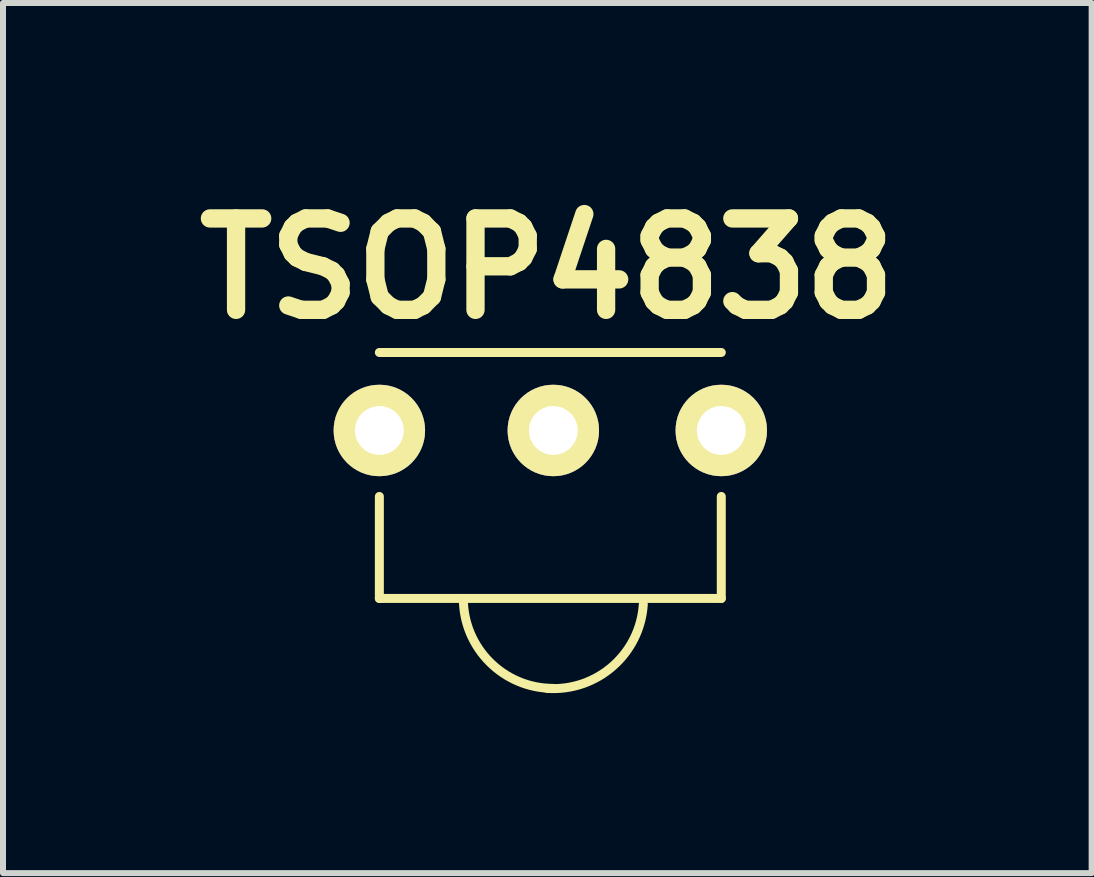
<source format=kicad_pcb>
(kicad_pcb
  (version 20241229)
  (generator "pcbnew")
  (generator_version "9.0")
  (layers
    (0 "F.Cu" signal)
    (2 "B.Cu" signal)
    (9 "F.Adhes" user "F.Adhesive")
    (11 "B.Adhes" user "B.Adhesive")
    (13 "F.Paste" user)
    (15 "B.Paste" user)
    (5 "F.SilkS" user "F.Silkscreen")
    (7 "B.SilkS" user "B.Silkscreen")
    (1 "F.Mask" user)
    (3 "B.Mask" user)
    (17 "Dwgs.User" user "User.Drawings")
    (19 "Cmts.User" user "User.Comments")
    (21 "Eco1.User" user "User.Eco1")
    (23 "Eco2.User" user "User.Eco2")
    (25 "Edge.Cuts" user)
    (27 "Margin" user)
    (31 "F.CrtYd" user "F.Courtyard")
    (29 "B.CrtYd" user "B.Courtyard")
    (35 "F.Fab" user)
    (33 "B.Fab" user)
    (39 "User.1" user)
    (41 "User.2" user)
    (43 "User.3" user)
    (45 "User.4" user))
  (footprint "TSOP4838"
    (layer "F.Cu")
    (at 6.174 4.126)
    (property "Reference" "TSOP4838" (at -0.1 -2.7 0) (layer "F.SilkS") (effects (font (size 1.524 1.524) (thickness 0.305))))
    (attr through_hole)
    (fp_line (start -2.9 2.8) (end -2.9 1.1) (stroke (width 0.15) (type solid)) (layer "F.SilkS"))
    (fp_line (start 2.8 -1.3) (end -2.9 -1.3) (stroke (width 0.15) (type solid)) (layer "F.SilkS"))
    (fp_line (start 2.8 2.8) (end -2.9 2.8) (stroke (width 0.15) (type solid)) (layer "F.SilkS"))
    (fp_line (start 2.8 2.8) (end 2.8 1.1) (stroke (width 0.15) (type solid)) (layer "F.SilkS"))
    (fp_arc (start 0 4.3) (mid -1.06066 3.86066) (end -1.5 2.8) (stroke (width 0.15) (type solid)) (layer "F.SilkS"))
    (fp_arc (start 1.5 2.9) (mid 0.989949 3.931371) (end -0.1 4.3) (stroke (width 0.15) (type solid)) (layer "F.SilkS"))
    (pad "1" thru_hole circle (at -2.9 0 90) (size 1.524 1.524) (drill 0.813) (layers "*.Cu" "*.Mask" "F.SilkS"))
    (pad "2" thru_hole circle (at 0 0 90) (size 1.524 1.524) (drill 0.813) (layers "*.Cu" "*.Mask" "F.SilkS"))
    (pad "3" thru_hole circle (at 2.8 0 90) (size 1.524 1.524) (drill 0.813) (layers "*.Cu" "*.Mask" "F.SilkS")))
  (gr_rect
    (start -3 -3)
    (end 15.148 11.505)
    (stroke (width 0.1) (type default))
    (fill no)
    (layer "Edge.Cuts")))
</source>
